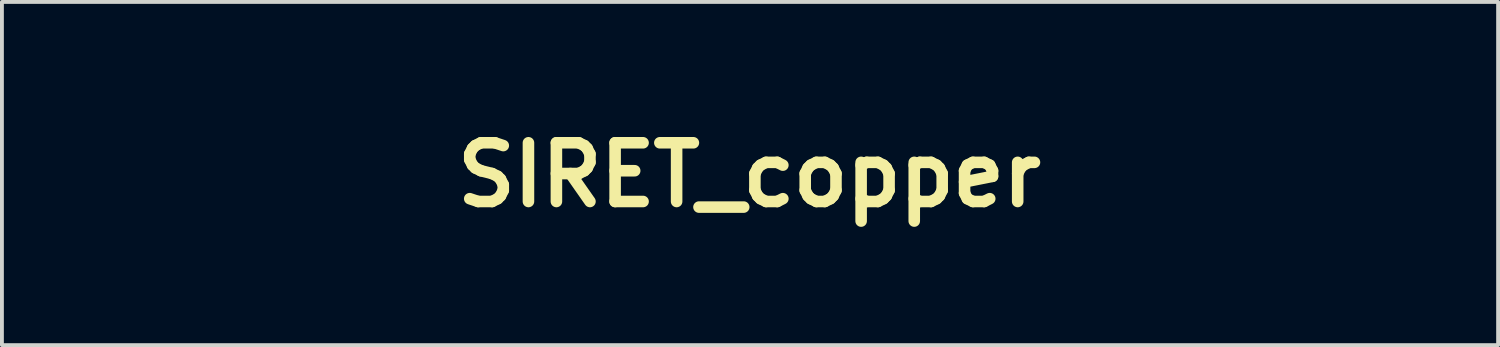
<source format=kicad_pcb>
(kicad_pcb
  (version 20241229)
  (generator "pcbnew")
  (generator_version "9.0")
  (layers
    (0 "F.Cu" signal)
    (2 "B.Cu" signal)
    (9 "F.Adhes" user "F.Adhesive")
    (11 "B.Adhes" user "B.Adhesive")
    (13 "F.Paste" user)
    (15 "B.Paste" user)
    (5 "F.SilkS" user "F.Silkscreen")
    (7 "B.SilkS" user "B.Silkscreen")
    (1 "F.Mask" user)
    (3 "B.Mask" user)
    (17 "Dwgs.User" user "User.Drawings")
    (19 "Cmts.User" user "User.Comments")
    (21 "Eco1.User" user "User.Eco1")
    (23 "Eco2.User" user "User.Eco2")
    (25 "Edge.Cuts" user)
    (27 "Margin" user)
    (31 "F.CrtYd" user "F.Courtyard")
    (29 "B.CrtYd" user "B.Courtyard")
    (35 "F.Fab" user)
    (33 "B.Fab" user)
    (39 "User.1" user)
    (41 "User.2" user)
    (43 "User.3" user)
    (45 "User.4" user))
  (footprint "SIRET_copper"
    (layer "F.Cu")
    (at 16.401 1.491)
    (property "Reference" "SIRET_copper" (at 0 0 0) (layer "F.SilkS") (effects (font (size 1.524 1.524) (thickness 0.3))))
    (attr through_hole)
    (fp_poly (pts (xy 14.147 -1.414) (xy 14.151 -1.408) (xy 14.155 -1.401) (xy 14.159 -1.392) (xy 14.162 -1.378) (xy 14.164 -1.359) (xy 14.166 -1.332) (xy 14.168 -1.296) (xy 14.17 -1.25) (xy 14.171 -1.192) (xy 14.172 -1.121) (xy 14.172 -1.034) (xy 14.173 -0.93) (xy 14.173 -0.808) (xy 14.173 -0.666) (xy 14.173 -0.503) (xy 14.173 -0.316) (xy 14.173 -0.222) (xy 14.173 -0.025) (xy 14.173 0.149) (xy 14.173 0.301) (xy 14.173 0.432) (xy 14.172 0.544) (xy 14.172 0.638) (xy 14.171 0.717) (xy 14.17 0.781) (xy 14.169 0.832) (xy 14.167 0.872) (xy 14.165 0.903) (xy 14.163 0.925) (xy 14.16 0.942) (xy 14.157 0.953) (xy 14.153 0.961) (xy 14.149 0.967) (xy 14.147 0.97) (xy 14.121 1.003) (xy 13.92 1.003) (xy 13.844 1.003) (xy 13.788 1.002) (xy 13.75 0.999) (xy 13.725 0.995) (xy 13.71 0.989) (xy 13.699 0.98) (xy 13.699 0.98) (xy 13.695 0.974) (xy 13.691 0.964) (xy 13.688 0.949) (xy 13.686 0.926) (xy 13.684 0.894) (xy 13.682 0.852) (xy 13.68 0.797) (xy 13.679 0.728) (xy 13.679 0.643) (xy 13.678 0.539) (xy 13.678 0.417) (xy 13.678 0.273) (xy 13.678 0.106) (xy 13.678 0.047) (xy 13.677 -0.103) (xy 13.677 -0.245) (xy 13.676 -0.377) (xy 13.676 -0.498) (xy 13.675 -0.606) (xy 13.674 -0.697) (xy 13.672 -0.771) (xy 13.671 -0.826) (xy 13.669 -0.858) (xy 13.668 -0.868) (xy 13.656 -0.862) (xy 13.627 -0.842) (xy 13.583 -0.811) (xy 13.527 -0.77) (xy 13.463 -0.721) (xy 13.405 -0.677) (xy 13.334 -0.622) (xy 13.269 -0.573) (xy 13.212 -0.531) (xy 13.166 -0.498) (xy 13.136 -0.477) (xy 13.124 -0.47) (xy 13.097 -0.463) (xy 13.07 -0.469) (xy 13.042 -0.488) (xy 13.007 -0.523) (xy 12.963 -0.578) (xy 12.954 -0.59) (xy 12.908 -0.653) (xy 12.879 -0.702) (xy 12.866 -0.74) (xy 12.868 -0.771) (xy 12.884 -0.798) (xy 12.9 -0.815) (xy 12.919 -0.831) (xy 12.956 -0.86) (xy 13.006 -0.9) (xy 13.067 -0.948) (xy 13.137 -1.003) (xy 13.213 -1.062) (xy 13.291 -1.123) (xy 13.37 -1.184) (xy 13.447 -1.243) (xy 13.519 -1.297) (xy 13.582 -1.346) (xy 13.635 -1.386) (xy 13.674 -1.415) (xy 13.698 -1.432) (xy 13.702 -1.434) (xy 13.724 -1.439) (xy 13.767 -1.443) (xy 13.826 -1.446) (xy 13.897 -1.448) (xy 13.924 -1.448) (xy 14.121 -1.448) (xy 14.147 -1.414)) (stroke (width 0.01) (type solid)) (fill yes) (layer "F.Mask"))
    (fp_poly (pts (xy -5.574 -1.474) (xy -5.472 -1.466) (xy -5.381 -1.45) (xy -5.296 -1.425) (xy -5.212 -1.39) (xy -5.201 -1.385) (xy -5.07 -1.311) (xy -4.96 -1.222) (xy -4.87 -1.118) (xy -4.801 -1.001) (xy -4.753 -0.872) (xy -4.729 -0.732) (xy -4.725 -0.648) (xy -4.733 -0.535) (xy -4.757 -0.422) (xy -4.799 -0.306) (xy -4.86 -0.183) (xy -4.94 -0.051) (xy -4.994 0.027) (xy -5.102 0.179) (xy -5.204 0.321) (xy -5.298 0.453) (xy -5.384 0.572) (xy -5.461 0.678) (xy -5.527 0.769) (xy -5.582 0.844) (xy -5.626 0.902) (xy -5.656 0.941) (xy -5.672 0.961) (xy -5.712 1.003) (xy -5.922 1.003) (xy -6.003 1.003) (xy -6.061 1.002) (xy -6.102 0.999) (xy -6.129 0.995) (xy -6.146 0.989) (xy -6.152 0.983) (xy -6.164 0.969) (xy -6.17 0.954) (xy -6.171 0.935) (xy -6.163 0.91) (xy -6.147 0.877) (xy -6.122 0.834) (xy -6.085 0.779) (xy -6.036 0.709) (xy -5.974 0.622) (xy -5.923 0.552) (xy -5.863 0.47) (xy -5.808 0.394) (xy -5.759 0.327) (xy -5.718 0.271) (xy -5.688 0.229) (xy -5.669 0.204) (xy -5.664 0.197) (xy -5.671 0.191) (xy -5.702 0.186) (xy -5.758 0.183) (xy -5.795 0.183) (xy -5.869 0.181) (xy -5.926 0.176) (xy -5.977 0.166) (xy -6.031 0.151) (xy -6.039 0.148) (xy -6.176 0.091) (xy -6.297 0.016) (xy -6.402 -0.075) (xy -6.488 -0.181) (xy -6.555 -0.299) (xy -6.601 -0.427) (xy -6.624 -0.564) (xy -6.625 -0.638) (xy -6.119 -0.638) (xy -6.119 -0.61) (xy -6.115 -0.546) (xy -6.108 -0.499) (xy -6.097 -0.46) (xy -6.08 -0.425) (xy -6.024 -0.343) (xy -5.948 -0.275) (xy -5.859 -0.224) (xy -5.823 -0.211) (xy -5.747 -0.196) (xy -5.661 -0.194) (xy -5.574 -0.204) (xy -5.497 -0.226) (xy -5.483 -0.232) (xy -5.393 -0.286) (xy -5.32 -0.357) (xy -5.274 -0.43) (xy -5.258 -0.465) (xy -5.248 -0.497) (xy -5.242 -0.532) (xy -5.24 -0.578) (xy -5.239 -0.635) (xy -5.24 -0.7) (xy -5.244 -0.746) (xy -5.251 -0.782) (xy -5.262 -0.814) (xy -5.269 -0.829) (xy -5.323 -0.913) (xy -5.393 -0.98) (xy -5.475 -1.029) (xy -5.566 -1.061) (xy -5.661 -1.074) (xy -5.757 -1.067) (xy -5.851 -1.042) (xy -5.939 -0.996) (xy -6.009 -0.937) (xy -6.061 -0.874) (xy -6.096 -0.807) (xy -6.115 -0.73) (xy -6.119 -0.638) (xy -6.625 -0.638) (xy -6.625 -0.68) (xy -6.605 -0.824) (xy -6.563 -0.958) (xy -6.498 -1.081) (xy -6.414 -1.19) (xy -6.311 -1.285) (xy -6.191 -1.364) (xy -6.054 -1.425) (xy -6.001 -1.442) (xy -5.952 -1.456) (xy -5.908 -1.465) (xy -5.863 -1.471) (xy -5.81 -1.475) (xy -5.743 -1.476) (xy -5.696 -1.477) (xy -5.574 -1.474)) (stroke (width 0.01) (type solid)) (fill yes) (layer "F.Mask"))
    (fp_poly (pts (xy 15.559 -1.48) (xy 15.705 -1.462) (xy 15.844 -1.427) (xy 15.974 -1.376) (xy 16.091 -1.311) (xy 16.192 -1.231) (xy 16.267 -1.147) (xy 16.344 -1.024) (xy 16.398 -0.893) (xy 16.428 -0.756) (xy 16.433 -0.616) (xy 16.415 -0.474) (xy 16.372 -0.333) (xy 16.347 -0.275) (xy 16.329 -0.237) (xy 16.309 -0.199) (xy 16.286 -0.158) (xy 16.258 -0.113) (xy 16.224 -0.061) (xy 16.181 0.001) (xy 16.13 0.075) (xy 16.066 0.164) (xy 15.99 0.27) (xy 15.967 0.303) (xy 15.869 0.439) (xy 15.784 0.556) (xy 15.712 0.656) (xy 15.652 0.739) (xy 15.602 0.807) (xy 15.562 0.861) (xy 15.53 0.904) (xy 15.505 0.937) (xy 15.486 0.96) (xy 15.473 0.976) (xy 15.463 0.985) (xy 15.456 0.99) (xy 15.456 0.991) (xy 15.435 0.995) (xy 15.395 0.999) (xy 15.338 1.001) (xy 15.271 1.003) (xy 15.229 1.003) (xy 15.15 1.003) (xy 15.092 1.001) (xy 15.053 0.999) (xy 15.027 0.994) (xy 15.011 0.988) (xy 15.006 0.983) (xy 14.994 0.969) (xy 14.988 0.954) (xy 14.988 0.935) (xy 14.995 0.91) (xy 15.011 0.877) (xy 15.037 0.834) (xy 15.073 0.779) (xy 15.122 0.709) (xy 15.184 0.622) (xy 15.235 0.552) (xy 15.295 0.47) (xy 15.351 0.394) (xy 15.4 0.326) (xy 15.441 0.27) (xy 15.472 0.228) (xy 15.491 0.201) (xy 15.497 0.194) (xy 15.497 0.187) (xy 15.481 0.183) (xy 15.444 0.184) (xy 15.422 0.186) (xy 15.295 0.184) (xy 15.164 0.159) (xy 15.035 0.115) (xy 14.913 0.051) (xy 14.891 0.036) (xy 14.777 -0.054) (xy 14.684 -0.159) (xy 14.612 -0.277) (xy 14.563 -0.407) (xy 14.536 -0.548) (xy 14.533 -0.585) (xy 14.534 -0.638) (xy 15.039 -0.638) (xy 15.04 -0.61) (xy 15.044 -0.546) (xy 15.05 -0.499) (xy 15.062 -0.461) (xy 15.078 -0.425) (xy 15.122 -0.359) (xy 15.182 -0.296) (xy 15.241 -0.251) (xy 15.317 -0.217) (xy 15.406 -0.198) (xy 15.5 -0.194) (xy 15.593 -0.205) (xy 15.675 -0.232) (xy 15.766 -0.286) (xy 15.838 -0.357) (xy 15.884 -0.43) (xy 15.9 -0.465) (xy 15.911 -0.497) (xy 15.916 -0.533) (xy 15.919 -0.58) (xy 15.919 -0.635) (xy 15.918 -0.699) (xy 15.915 -0.745) (xy 15.909 -0.78) (xy 15.897 -0.811) (xy 15.889 -0.829) (xy 15.834 -0.913) (xy 15.764 -0.98) (xy 15.681 -1.03) (xy 15.591 -1.061) (xy 15.495 -1.074) (xy 15.398 -1.068) (xy 15.304 -1.041) (xy 15.217 -0.994) (xy 15.149 -0.937) (xy 15.097 -0.874) (xy 15.062 -0.807) (xy 15.044 -0.73) (xy 15.039 -0.638) (xy 14.534 -0.638) (xy 14.536 -0.728) (xy 14.563 -0.864) (xy 14.612 -0.993) (xy 14.681 -1.111) (xy 14.769 -1.217) (xy 14.874 -1.307) (xy 14.994 -1.38) (xy 15.117 -1.429) (xy 15.262 -1.465) (xy 15.411 -1.481) (xy 15.559 -1.48)) (stroke (width 0.01) (type solid)) (fill yes) (layer "F.Mask"))
    (fp_poly (pts (xy -3.396 -1.474) (xy -3.292 -1.465) (xy -3.199 -1.447) (xy -3.112 -1.42) (xy -3.026 -1.384) (xy -2.898 -1.312) (xy -2.79 -1.225) (xy -2.701 -1.122) (xy -2.63 -1.003) (xy -2.627 -0.996) (xy -2.584 -0.879) (xy -2.56 -0.751) (xy -2.554 -0.618) (xy -2.567 -0.488) (xy -2.571 -0.467) (xy -2.596 -0.383) (xy -2.634 -0.287) (xy -2.684 -0.187) (xy -2.742 -0.09) (xy -2.755 -0.071) (xy -2.787 -0.025) (xy -2.829 0.035) (xy -2.88 0.107) (xy -2.937 0.189) (xy -3 0.277) (xy -3.066 0.368) (xy -3.133 0.462) (xy -3.2 0.554) (xy -3.264 0.643) (xy -3.325 0.726) (xy -3.379 0.8) (xy -3.425 0.863) (xy -3.462 0.912) (xy -3.487 0.944) (xy -3.496 0.956) (xy -3.539 1.003) (xy -3.75 1.003) (xy -3.831 1.003) (xy -3.89 1.002) (xy -3.931 0.999) (xy -3.957 0.995) (xy -3.974 0.989) (xy -3.981 0.983) (xy -3.992 0.969) (xy -3.999 0.954) (xy -3.999 0.935) (xy -3.992 0.91) (xy -3.976 0.877) (xy -3.95 0.834) (xy -3.913 0.779) (xy -3.864 0.709) (xy -3.802 0.622) (xy -3.751 0.552) (xy -3.691 0.47) (xy -3.636 0.394) (xy -3.587 0.326) (xy -3.546 0.27) (xy -3.515 0.228) (xy -3.495 0.201) (xy -3.49 0.194) (xy -3.489 0.187) (xy -3.506 0.183) (xy -3.542 0.184) (xy -3.565 0.186) (xy -3.692 0.184) (xy -3.823 0.159) (xy -3.952 0.115) (xy -4.074 0.051) (xy -4.096 0.036) (xy -4.206 -0.051) (xy -4.296 -0.151) (xy -4.365 -0.262) (xy -4.415 -0.38) (xy -4.445 -0.503) (xy -4.456 -0.629) (xy -4.456 -0.63) (xy -3.943 -0.63) (xy -3.943 -0.629) (xy -3.943 -0.565) (xy -3.94 -0.52) (xy -3.935 -0.486) (xy -3.925 -0.458) (xy -3.911 -0.428) (xy -3.91 -0.425) (xy -3.864 -0.358) (xy -3.804 -0.295) (xy -3.745 -0.251) (xy -3.67 -0.217) (xy -3.581 -0.198) (xy -3.486 -0.194) (xy -3.394 -0.205) (xy -3.311 -0.232) (xy -3.221 -0.286) (xy -3.149 -0.357) (xy -3.102 -0.43) (xy -3.086 -0.465) (xy -3.076 -0.497) (xy -3.07 -0.533) (xy -3.068 -0.58) (xy -3.067 -0.635) (xy -3.068 -0.699) (xy -3.071 -0.745) (xy -3.078 -0.78) (xy -3.089 -0.811) (xy -3.097 -0.829) (xy -3.152 -0.913) (xy -3.222 -0.98) (xy -3.305 -1.029) (xy -3.396 -1.061) (xy -3.492 -1.074) (xy -3.588 -1.068) (xy -3.682 -1.042) (xy -3.77 -0.995) (xy -3.833 -0.943) (xy -3.879 -0.892) (xy -3.91 -0.841) (xy -3.93 -0.785) (xy -3.94 -0.717) (xy -3.943 -0.63) (xy -4.456 -0.63) (xy -4.448 -0.755) (xy -4.42 -0.878) (xy -4.373 -0.997) (xy -4.308 -1.109) (xy -4.224 -1.211) (xy -4.121 -1.3) (xy -4.001 -1.375) (xy -3.995 -1.377) (xy -3.907 -1.417) (xy -3.819 -1.446) (xy -3.726 -1.464) (xy -3.621 -1.474) (xy -3.518 -1.477) (xy -3.396 -1.474)) (stroke (width 0.01) (type solid)) (fill yes) (layer "F.Mask"))
    (fp_poly (pts (xy 11.743 -1.475) (xy 11.838 -1.468) (xy 11.918 -1.456) (xy 11.943 -1.45) (xy 12.083 -1.401) (xy 12.204 -1.337) (xy 12.308 -1.255) (xy 12.396 -1.154) (xy 12.47 -1.033) (xy 12.478 -1.017) (xy 12.512 -0.94) (xy 12.54 -0.857) (xy 12.562 -0.766) (xy 12.578 -0.665) (xy 12.589 -0.549) (xy 12.595 -0.417) (xy 12.597 -0.265) (xy 12.594 -0.095) (xy 12.59 0.037) (xy 12.584 0.147) (xy 12.575 0.24) (xy 12.563 0.32) (xy 12.547 0.39) (xy 12.527 0.455) (xy 12.501 0.519) (xy 12.492 0.539) (xy 12.419 0.673) (xy 12.332 0.785) (xy 12.231 0.876) (xy 12.117 0.946) (xy 11.988 0.996) (xy 11.931 1.01) (xy 11.877 1.018) (xy 11.806 1.026) (xy 11.725 1.032) (xy 11.643 1.035) (xy 11.567 1.037) (xy 11.505 1.035) (xy 11.487 1.034) (xy 11.406 1.021) (xy 11.317 0.999) (xy 11.233 0.973) (xy 11.182 0.953) (xy 11.067 0.887) (xy 10.966 0.801) (xy 10.878 0.695) (xy 10.806 0.573) (xy 10.75 0.434) (xy 10.712 0.282) (xy 10.7 0.204) (xy 10.696 0.156) (xy 10.694 0.088) (xy 10.692 0.004) (xy 10.691 -0.091) (xy 10.691 -0.191) (xy 11.2 -0.191) (xy 11.201 -0.086) (xy 11.203 0.013) (xy 11.207 0.102) (xy 11.211 0.176) (xy 11.218 0.23) (xy 11.22 0.246) (xy 11.253 0.359) (xy 11.298 0.453) (xy 11.356 0.526) (xy 11.425 0.577) (xy 11.438 0.583) (xy 11.517 0.61) (xy 11.607 0.623) (xy 11.7 0.622) (xy 11.786 0.607) (xy 11.825 0.594) (xy 11.882 0.561) (xy 11.938 0.513) (xy 11.983 0.46) (xy 11.989 0.451) (xy 12.021 0.387) (xy 12.048 0.307) (xy 12.068 0.222) (xy 12.075 0.179) (xy 12.078 0.13) (xy 12.081 0.063) (xy 12.083 -0.018) (xy 12.084 -0.109) (xy 12.084 -0.207) (xy 12.083 -0.306) (xy 12.081 -0.402) (xy 12.079 -0.492) (xy 12.076 -0.571) (xy 12.072 -0.635) (xy 12.068 -0.679) (xy 12.066 -0.692) (xy 12.032 -0.804) (xy 11.983 -0.899) (xy 11.92 -0.975) (xy 11.846 -1.03) (xy 11.82 -1.043) (xy 11.779 -1.058) (xy 11.735 -1.068) (xy 11.682 -1.072) (xy 11.64 -1.073) (xy 11.58 -1.072) (xy 11.537 -1.068) (xy 11.502 -1.059) (xy 11.464 -1.043) (xy 11.453 -1.038) (xy 11.374 -0.987) (xy 11.311 -0.918) (xy 11.262 -0.83) (xy 11.227 -0.722) (xy 11.221 -0.695) (xy 11.215 -0.648) (xy 11.209 -0.58) (xy 11.205 -0.496) (xy 11.202 -0.4) (xy 11.201 -0.297) (xy 11.2 -0.191) (xy 10.691 -0.191) (xy 10.691 -0.193) (xy 10.692 -0.298) (xy 10.694 -0.401) (xy 10.697 -0.498) (xy 10.701 -0.584) (xy 10.705 -0.656) (xy 10.71 -0.709) (xy 10.712 -0.726) (xy 10.75 -0.88) (xy 10.807 -1.019) (xy 10.881 -1.142) (xy 10.973 -1.248) (xy 11.08 -1.335) (xy 11.202 -1.403) (xy 11.338 -1.449) (xy 11.367 -1.456) (xy 11.445 -1.469) (xy 11.539 -1.476) (xy 11.641 -1.478) (xy 11.743 -1.475)) (stroke (width 0.01) (type solid)) (fill yes) (layer "F.Mask"))
    (fp_poly (pts (xy -7.365 -1.447) (xy -7.322 -1.445) (xy -7.293 -1.442) (xy -7.273 -1.437) (xy -7.26 -1.43) (xy -7.252 -1.422) (xy -7.246 -1.416) (xy -7.242 -1.409) (xy -7.238 -1.397) (xy -7.235 -1.38) (xy -7.232 -1.355) (xy -7.23 -1.32) (xy -7.229 -1.273) (xy -7.228 -1.213) (xy -7.227 -1.136) (xy -7.227 -1.042) (xy -7.226 -0.928) (xy -7.226 -0.792) (xy -7.226 -0.673) (xy -7.226 0.051) (xy -7.058 0.051) (xy -6.977 0.051) (xy -6.919 0.053) (xy -6.878 0.062) (xy -6.853 0.079) (xy -6.839 0.108) (xy -6.834 0.152) (xy -6.833 0.215) (xy -6.833 0.259) (xy -6.833 0.335) (xy -6.835 0.39) (xy -6.844 0.428) (xy -6.862 0.451) (xy -6.893 0.464) (xy -6.94 0.469) (xy -7.008 0.47) (xy -7.053 0.47) (xy -7.226 0.47) (xy -7.226 0.711) (xy -7.226 0.805) (xy -7.227 0.876) (xy -7.232 0.928) (xy -7.243 0.963) (xy -7.263 0.986) (xy -7.294 0.998) (xy -7.338 1.003) (xy -7.399 1.004) (xy -7.468 1.003) (xy -7.542 1.003) (xy -7.595 1.002) (xy -7.631 0.999) (xy -7.655 0.995) (xy -7.671 0.988) (xy -7.683 0.978) (xy -7.684 0.978) (xy -7.692 0.967) (xy -7.699 0.954) (xy -7.703 0.933) (xy -7.706 0.902) (xy -7.708 0.857) (xy -7.709 0.793) (xy -7.709 0.711) (xy -7.709 0.47) (xy -8.28 0.47) (xy -8.416 0.47) (xy -8.528 0.47) (xy -8.62 0.469) (xy -8.693 0.469) (xy -8.749 0.467) (xy -8.792 0.466) (xy -8.823 0.463) (xy -8.844 0.46) (xy -8.859 0.457) (xy -8.869 0.452) (xy -8.876 0.446) (xy -8.877 0.445) (xy -8.888 0.431) (xy -8.895 0.414) (xy -8.9 0.387) (xy -8.902 0.346) (xy -8.903 0.287) (xy -8.903 0.263) (xy -8.902 0.197) (xy -8.901 0.15) (xy -8.897 0.117) (xy -8.89 0.093) (xy -8.879 0.07) (xy -8.867 0.05) (xy -8.865 0.048) (xy -8.387 0.048) (xy -8.385 0.052) (xy -8.371 0.056) (xy -8.342 0.059) (xy -8.297 0.061) (xy -8.234 0.063) (xy -8.149 0.063) (xy -8.046 0.064) (xy -7.696 0.064) (xy -7.696 -0.93) (xy -7.933 -0.595) (xy -7.997 -0.505) (xy -8.061 -0.415) (xy -8.123 -0.327) (xy -8.179 -0.247) (xy -8.228 -0.179) (xy -8.266 -0.126) (xy -8.274 -0.114) (xy -8.312 -0.06) (xy -8.345 -0.013) (xy -8.37 0.023) (xy -8.385 0.045) (xy -8.387 0.048) (xy -8.865 0.048) (xy -8.853 0.03) (xy -8.826 -0.008) (xy -8.787 -0.063) (xy -8.736 -0.134) (xy -8.676 -0.217) (xy -8.608 -0.312) (xy -8.533 -0.417) (xy -8.452 -0.529) (xy -8.367 -0.646) (xy -8.32 -0.711) (xy -8.206 -0.868) (xy -8.107 -1.005) (xy -8.021 -1.121) (xy -7.948 -1.219) (xy -7.889 -1.297) (xy -7.842 -1.357) (xy -7.807 -1.399) (xy -7.785 -1.424) (xy -7.775 -1.431) (xy -7.746 -1.438) (xy -7.692 -1.443) (xy -7.614 -1.446) (xy -7.514 -1.447) (xy -7.509 -1.447) (xy -7.426 -1.447) (xy -7.365 -1.447)) (stroke (width 0.01) (type solid)) (fill yes) (layer "F.Mask"))
    (fp_poly (pts (xy 7.12 -1.475) (xy 7.215 -1.468) (xy 7.295 -1.456) (xy 7.32 -1.45) (xy 7.458 -1.403) (xy 7.576 -1.341) (xy 7.677 -1.262) (xy 7.764 -1.164) (xy 7.84 -1.044) (xy 7.856 -1.013) (xy 7.887 -0.947) (xy 7.912 -0.88) (xy 7.932 -0.808) (xy 7.948 -0.729) (xy 7.959 -0.639) (xy 7.966 -0.535) (xy 7.971 -0.413) (xy 7.973 -0.27) (xy 7.973 -0.216) (xy 7.972 -0.072) (xy 7.968 0.05) (xy 7.963 0.153) (xy 7.954 0.242) (xy 7.941 0.319) (xy 7.925 0.389) (xy 7.904 0.454) (xy 7.878 0.519) (xy 7.867 0.544) (xy 7.794 0.677) (xy 7.706 0.789) (xy 7.604 0.879) (xy 7.488 0.949) (xy 7.357 0.998) (xy 7.308 1.01) (xy 7.257 1.018) (xy 7.189 1.026) (xy 7.111 1.031) (xy 7.032 1.035) (xy 6.958 1.037) (xy 6.898 1.036) (xy 6.871 1.034) (xy 6.737 1.01) (xy 6.612 0.972) (xy 6.5 0.922) (xy 6.408 0.863) (xy 6.398 0.855) (xy 6.306 0.764) (xy 6.227 0.653) (xy 6.162 0.524) (xy 6.113 0.381) (xy 6.082 0.235) (xy 6.077 0.19) (xy 6.074 0.123) (xy 6.072 0.041) (xy 6.07 -0.054) (xy 6.07 -0.157) (xy 6.07 -0.188) (xy 6.577 -0.188) (xy 6.578 -0.083) (xy 6.581 0.017) (xy 6.584 0.105) (xy 6.589 0.179) (xy 6.595 0.234) (xy 6.598 0.248) (xy 6.63 0.358) (xy 6.676 0.451) (xy 6.735 0.525) (xy 6.805 0.579) (xy 6.842 0.596) (xy 6.914 0.616) (xy 6.999 0.624) (xy 7.086 0.62) (xy 7.166 0.606) (xy 7.202 0.594) (xy 7.259 0.561) (xy 7.315 0.513) (xy 7.36 0.46) (xy 7.366 0.451) (xy 7.398 0.387) (xy 7.425 0.307) (xy 7.446 0.222) (xy 7.452 0.179) (xy 7.456 0.13) (xy 7.458 0.063) (xy 7.46 -0.019) (xy 7.461 -0.11) (xy 7.461 -0.208) (xy 7.46 -0.307) (xy 7.459 -0.403) (xy 7.457 -0.493) (xy 7.453 -0.572) (xy 7.45 -0.635) (xy 7.445 -0.68) (xy 7.443 -0.692) (xy 7.409 -0.804) (xy 7.36 -0.899) (xy 7.297 -0.975) (xy 7.222 -1.03) (xy 7.197 -1.043) (xy 7.156 -1.058) (xy 7.113 -1.068) (xy 7.059 -1.072) (xy 7.017 -1.073) (xy 6.957 -1.072) (xy 6.915 -1.068) (xy 6.879 -1.059) (xy 6.841 -1.043) (xy 6.83 -1.038) (xy 6.751 -0.987) (xy 6.688 -0.918) (xy 6.64 -0.83) (xy 6.605 -0.722) (xy 6.599 -0.695) (xy 6.592 -0.648) (xy 6.586 -0.579) (xy 6.582 -0.495) (xy 6.579 -0.398) (xy 6.578 -0.295) (xy 6.577 -0.188) (xy 6.07 -0.188) (xy 6.07 -0.263) (xy 6.072 -0.369) (xy 6.074 -0.469) (xy 6.077 -0.561) (xy 6.081 -0.638) (xy 6.086 -0.698) (xy 6.089 -0.727) (xy 6.127 -0.881) (xy 6.184 -1.02) (xy 6.259 -1.143) (xy 6.35 -1.248) (xy 6.458 -1.335) (xy 6.58 -1.403) (xy 6.716 -1.45) (xy 6.744 -1.456) (xy 6.822 -1.469) (xy 6.916 -1.476) (xy 7.018 -1.478) (xy 7.12 -1.475)) (stroke (width 0.01) (type solid)) (fill yes) (layer "F.Mask"))
    (fp_poly (pts (xy 9.481 -1.471) (xy 9.603 -1.456) (xy 9.71 -1.428) (xy 9.807 -1.387) (xy 9.899 -1.332) (xy 9.938 -1.304) (xy 10.033 -1.216) (xy 10.115 -1.108) (xy 10.182 -0.982) (xy 10.233 -0.842) (xy 10.266 -0.69) (xy 10.274 -0.634) (xy 10.276 -0.593) (xy 10.279 -0.531) (xy 10.281 -0.453) (xy 10.281 -0.362) (xy 10.282 -0.265) (xy 10.281 -0.164) (xy 10.281 -0.159) (xy 10.278 -0.023) (xy 10.275 0.091) (xy 10.269 0.187) (xy 10.261 0.268) (xy 10.25 0.337) (xy 10.235 0.399) (xy 10.216 0.457) (xy 10.193 0.513) (xy 10.179 0.543) (xy 10.108 0.673) (xy 10.026 0.781) (xy 9.932 0.869) (xy 9.825 0.937) (xy 9.702 0.986) (xy 9.563 1.018) (xy 9.405 1.033) (xy 9.386 1.034) (xy 9.321 1.036) (xy 9.26 1.036) (xy 9.212 1.035) (xy 9.182 1.034) (xy 9.026 1.005) (xy 8.888 0.958) (xy 8.767 0.893) (xy 8.663 0.81) (xy 8.574 0.708) (xy 8.5 0.586) (xy 8.49 0.565) (xy 8.466 0.512) (xy 8.446 0.464) (xy 8.429 0.417) (xy 8.417 0.369) (xy 8.407 0.316) (xy 8.399 0.255) (xy 8.394 0.182) (xy 8.39 0.094) (xy 8.388 -0.011) (xy 8.386 -0.139) (xy 8.385 -0.166) (xy 8.385 -0.188) (xy 8.889 -0.188) (xy 8.89 -0.083) (xy 8.892 0.017) (xy 8.896 0.105) (xy 8.9 0.179) (xy 8.907 0.234) (xy 8.909 0.248) (xy 8.942 0.359) (xy 8.988 0.453) (xy 9.047 0.526) (xy 9.117 0.579) (xy 9.166 0.601) (xy 9.224 0.613) (xy 9.294 0.62) (xy 9.369 0.62) (xy 9.437 0.615) (xy 9.488 0.603) (xy 9.57 0.561) (xy 9.64 0.497) (xy 9.695 0.414) (xy 9.736 0.313) (xy 9.762 0.194) (xy 9.763 0.184) (xy 9.767 0.139) (xy 9.77 0.074) (xy 9.772 -0.005) (xy 9.773 -0.095) (xy 9.773 -0.192) (xy 9.772 -0.291) (xy 9.771 -0.388) (xy 9.768 -0.479) (xy 9.765 -0.559) (xy 9.762 -0.626) (xy 9.758 -0.673) (xy 9.755 -0.692) (xy 9.72 -0.805) (xy 9.671 -0.899) (xy 9.608 -0.975) (xy 9.533 -1.03) (xy 9.509 -1.043) (xy 9.467 -1.058) (xy 9.424 -1.068) (xy 9.37 -1.072) (xy 9.328 -1.073) (xy 9.269 -1.072) (xy 9.226 -1.068) (xy 9.19 -1.059) (xy 9.153 -1.043) (xy 9.142 -1.038) (xy 9.063 -0.987) (xy 9 -0.918) (xy 8.951 -0.83) (xy 8.916 -0.722) (xy 8.91 -0.695) (xy 8.903 -0.648) (xy 8.898 -0.579) (xy 8.894 -0.495) (xy 8.891 -0.398) (xy 8.889 -0.295) (xy 8.889 -0.188) (xy 8.385 -0.188) (xy 8.384 -0.291) (xy 8.383 -0.394) (xy 8.384 -0.479) (xy 8.385 -0.547) (xy 8.387 -0.603) (xy 8.39 -0.649) (xy 8.395 -0.689) (xy 8.4 -0.72) (xy 8.437 -0.874) (xy 8.492 -1.013) (xy 8.564 -1.136) (xy 8.653 -1.241) (xy 8.756 -1.328) (xy 8.855 -1.385) (xy 8.935 -1.42) (xy 9.013 -1.446) (xy 9.094 -1.463) (xy 9.185 -1.473) (xy 9.292 -1.477) (xy 9.341 -1.477) (xy 9.481 -1.471)) (stroke (width 0.01) (type solid)) (fill yes) (layer "F.Mask"))
    (fp_poly (pts (xy -0.367 -1.476) (xy -0.301 -1.473) (xy -0.248 -1.468) (xy -0.2 -1.459) (xy -0.16 -1.449) (xy -0.024 -1.403) (xy 0.093 -1.342) (xy 0.194 -1.264) (xy 0.282 -1.167) (xy 0.358 -1.048) (xy 0.377 -1.013) (xy 0.411 -0.939) (xy 0.438 -0.857) (xy 0.459 -0.765) (xy 0.475 -0.661) (xy 0.486 -0.541) (xy 0.492 -0.403) (xy 0.493 -0.245) (xy 0.491 -0.102) (xy 0.488 0.024) (xy 0.483 0.128) (xy 0.476 0.215) (xy 0.466 0.289) (xy 0.453 0.355) (xy 0.437 0.415) (xy 0.416 0.476) (xy 0.403 0.508) (xy 0.364 0.591) (xy 0.313 0.675) (xy 0.258 0.754) (xy 0.202 0.819) (xy 0.18 0.84) (xy 0.119 0.884) (xy 0.042 0.929) (xy -0.043 0.968) (xy -0.126 0.998) (xy -0.171 1.01) (xy -0.219 1.018) (xy -0.284 1.025) (xy -0.358 1.031) (xy -0.434 1.035) (xy -0.507 1.037) (xy -0.569 1.037) (xy -0.613 1.034) (xy -0.616 1.034) (xy -0.766 1.004) (xy -0.895 0.962) (xy -1.006 0.906) (xy -1.103 0.836) (xy -1.186 0.748) (xy -1.197 0.734) (xy -1.27 0.626) (xy -1.327 0.505) (xy -1.37 0.369) (xy -1.397 0.235) (xy -1.401 0.195) (xy -1.405 0.133) (xy -1.407 0.055) (xy -1.409 -0.036) (xy -1.41 -0.136) (xy -1.41 -0.188) (xy -0.903 -0.188) (xy -0.902 -0.083) (xy -0.9 0.017) (xy -0.896 0.105) (xy -0.891 0.179) (xy -0.885 0.234) (xy -0.883 0.248) (xy -0.85 0.359) (xy -0.804 0.453) (xy -0.745 0.526) (xy -0.675 0.579) (xy -0.625 0.601) (xy -0.568 0.613) (xy -0.497 0.62) (xy -0.423 0.62) (xy -0.355 0.615) (xy -0.304 0.603) (xy -0.221 0.561) (xy -0.152 0.497) (xy -0.096 0.414) (xy -0.055 0.313) (xy -0.03 0.193) (xy -0.029 0.184) (xy -0.025 0.139) (xy -0.022 0.075) (xy -0.02 -0.004) (xy -0.019 -0.094) (xy -0.019 -0.191) (xy -0.02 -0.289) (xy -0.021 -0.386) (xy -0.023 -0.478) (xy -0.026 -0.558) (xy -0.03 -0.625) (xy -0.034 -0.673) (xy -0.037 -0.692) (xy -0.071 -0.804) (xy -0.12 -0.899) (xy -0.183 -0.975) (xy -0.258 -1.03) (xy -0.283 -1.043) (xy -0.325 -1.058) (xy -0.368 -1.068) (xy -0.421 -1.072) (xy -0.464 -1.073) (xy -0.523 -1.072) (xy -0.566 -1.068) (xy -0.601 -1.059) (xy -0.639 -1.043) (xy -0.65 -1.038) (xy -0.729 -0.987) (xy -0.792 -0.918) (xy -0.841 -0.83) (xy -0.876 -0.722) (xy -0.882 -0.695) (xy -0.888 -0.648) (xy -0.894 -0.579) (xy -0.898 -0.495) (xy -0.901 -0.398) (xy -0.903 -0.295) (xy -0.903 -0.188) (xy -1.41 -0.188) (xy -1.41 -0.239) (xy -1.41 -0.343) (xy -1.408 -0.441) (xy -1.406 -0.532) (xy -1.404 -0.609) (xy -1.4 -0.669) (xy -1.397 -0.701) (xy -1.378 -0.794) (xy -1.348 -0.893) (xy -1.311 -0.99) (xy -1.271 -1.072) (xy -1.268 -1.076) (xy -1.204 -1.168) (xy -1.123 -1.254) (xy -1.032 -1.328) (xy -0.939 -1.384) (xy -0.938 -1.384) (xy -0.858 -1.419) (xy -0.78 -1.445) (xy -0.699 -1.462) (xy -0.607 -1.472) (xy -0.5 -1.477) (xy -0.451 -1.477) (xy -0.367 -1.476)) (stroke (width 0.01) (type solid)) (fill yes) (layer "F.Mask"))
    (fp_poly (pts (xy -13.066 -1.482) (xy -12.954 -1.468) (xy -12.947 -1.467) (xy -12.819 -1.434) (xy -12.699 -1.383) (xy -12.592 -1.317) (xy -12.523 -1.259) (xy -12.445 -1.166) (xy -12.385 -1.057) (xy -12.345 -0.938) (xy -12.324 -0.812) (xy -12.324 -0.683) (xy -12.346 -0.554) (xy -12.356 -0.521) (xy -12.382 -0.45) (xy -12.414 -0.384) (xy -12.455 -0.319) (xy -12.509 -0.252) (xy -12.578 -0.177) (xy -12.641 -0.114) (xy -12.778 0.02) (xy -12.898 0.137) (xy -13.002 0.238) (xy -13.09 0.325) (xy -13.162 0.397) (xy -13.221 0.455) (xy -13.267 0.501) (xy -13.3 0.535) (xy -13.322 0.558) (xy -13.333 0.571) (xy -13.335 0.575) (xy -13.323 0.577) (xy -13.288 0.579) (xy -13.233 0.58) (xy -13.16 0.582) (xy -13.073 0.583) (xy -12.974 0.584) (xy -12.866 0.584) (xy -12.824 0.584) (xy -12.69 0.583) (xy -12.579 0.583) (xy -12.49 0.583) (xy -12.419 0.585) (xy -12.365 0.59) (xy -12.325 0.598) (xy -12.298 0.61) (xy -12.28 0.627) (xy -12.271 0.65) (xy -12.267 0.679) (xy -12.267 0.717) (xy -12.268 0.762) (xy -12.268 0.795) (xy -12.269 0.862) (xy -12.27 0.909) (xy -12.274 0.939) (xy -12.28 0.959) (xy -12.289 0.974) (xy -12.294 0.978) (xy -12.299 0.983) (xy -12.306 0.987) (xy -12.317 0.991) (xy -12.332 0.994) (xy -12.355 0.996) (xy -12.387 0.998) (xy -12.429 1) (xy -12.484 1.001) (xy -12.553 1.002) (xy -12.638 1.003) (xy -12.742 1.003) (xy -12.865 1.003) (xy -13.009 1.003) (xy -13.177 1.003) (xy -13.194 1.003) (xy -14.07 1.003) (xy -14.096 0.97) (xy -14.109 0.95) (xy -14.117 0.925) (xy -14.121 0.889) (xy -14.122 0.836) (xy -14.122 0.819) (xy -14.121 0.759) (xy -14.117 0.717) (xy -14.109 0.685) (xy -14.096 0.656) (xy -14.094 0.653) (xy -14.076 0.629) (xy -14.041 0.589) (xy -13.993 0.538) (xy -13.933 0.476) (xy -13.864 0.407) (xy -13.788 0.332) (xy -13.709 0.255) (xy -13.627 0.177) (xy -13.547 0.1) (xy -13.469 0.028) (xy -13.397 -0.038) (xy -13.333 -0.094) (xy -13.28 -0.14) (xy -13.274 -0.145) (xy -13.152 -0.248) (xy -13.052 -0.342) (xy -12.973 -0.428) (xy -12.913 -0.507) (xy -12.871 -0.581) (xy -12.846 -0.652) (xy -12.837 -0.721) (xy -12.837 -0.728) (xy -12.845 -0.825) (xy -12.872 -0.906) (xy -12.917 -0.972) (xy -12.935 -0.989) (xy -13.007 -1.039) (xy -13.093 -1.069) (xy -13.188 -1.077) (xy -13.291 -1.064) (xy -13.333 -1.053) (xy -13.402 -1.02) (xy -13.465 -0.965) (xy -13.518 -0.893) (xy -13.558 -0.807) (xy -13.577 -0.741) (xy -13.586 -0.702) (xy -13.598 -0.673) (xy -13.616 -0.653) (xy -13.643 -0.64) (xy -13.685 -0.633) (xy -13.743 -0.629) (xy -13.822 -0.629) (xy -13.84 -0.629) (xy -13.914 -0.629) (xy -13.968 -0.629) (xy -14.004 -0.631) (xy -14.028 -0.635) (xy -14.043 -0.642) (xy -14.053 -0.651) (xy -14.061 -0.661) (xy -14.073 -0.68) (xy -14.079 -0.7) (xy -14.079 -0.728) (xy -14.073 -0.773) (xy -14.071 -0.788) (xy -14.037 -0.93) (xy -13.981 -1.059) (xy -13.906 -1.174) (xy -13.81 -1.274) (xy -13.697 -1.357) (xy -13.567 -1.422) (xy -13.506 -1.443) (xy -13.413 -1.466) (xy -13.304 -1.48) (xy -13.185 -1.486) (xy -13.066 -1.482)) (stroke (width 0.01) (type solid)) (fill yes) (layer "F.Mask"))
    (fp_poly (pts (xy -15.296 -1.476) (xy -15.135 -1.455) (xy -14.992 -1.416) (xy -14.867 -1.358) (xy -14.759 -1.283) (xy -14.725 -1.251) (xy -14.648 -1.159) (xy -14.592 -1.056) (xy -14.557 -0.945) (xy -14.542 -0.831) (xy -14.548 -0.716) (xy -14.574 -0.604) (xy -14.621 -0.498) (xy -14.689 -0.402) (xy -14.721 -0.368) (xy -14.796 -0.295) (xy -14.742 -0.263) (xy -14.684 -0.221) (xy -14.625 -0.164) (xy -14.57 -0.099) (xy -14.527 -0.035) (xy -14.522 -0.024) (xy -14.486 0.059) (xy -14.464 0.141) (xy -14.454 0.234) (xy -14.453 0.286) (xy -14.46 0.406) (xy -14.482 0.51) (xy -14.522 0.604) (xy -14.582 0.693) (xy -14.656 0.775) (xy -14.747 0.856) (xy -14.847 0.918) (xy -14.961 0.967) (xy -15.037 0.99) (xy -15.127 1.01) (xy -15.228 1.025) (xy -15.333 1.035) (xy -15.434 1.04) (xy -15.524 1.038) (xy -15.57 1.033) (xy -15.598 1.029) (xy -15.642 1.023) (xy -15.693 1.015) (xy -15.697 1.015) (xy -15.789 0.995) (xy -15.888 0.964) (xy -15.983 0.925) (xy -16.065 0.882) (xy -16.081 0.872) (xy -16.175 0.797) (xy -16.257 0.706) (xy -16.322 0.606) (xy -16.367 0.501) (xy -16.382 0.447) (xy -16.396 0.326) (xy -16.394 0.286) (xy -15.894 0.286) (xy -15.893 0.343) (xy -15.89 0.384) (xy -15.881 0.415) (xy -15.867 0.445) (xy -15.859 0.459) (xy -15.805 0.528) (xy -15.732 0.588) (xy -15.686 0.615) (xy -15.605 0.645) (xy -15.51 0.663) (xy -15.409 0.667) (xy -15.309 0.658) (xy -15.221 0.636) (xy -15.132 0.595) (xy -15.056 0.539) (xy -14.998 0.473) (xy -14.993 0.464) (xy -14.963 0.396) (xy -14.949 0.316) (xy -14.949 0.234) (xy -14.966 0.159) (xy -14.967 0.156) (xy -15.008 0.083) (xy -15.069 0.02) (xy -15.147 -0.031) (xy -15.237 -0.069) (xy -15.336 -0.092) (xy -15.439 -0.098) (xy -15.521 -0.09) (xy -15.635 -0.063) (xy -15.729 -0.019) (xy -15.804 0.04) (xy -15.859 0.112) (xy -15.876 0.144) (xy -15.887 0.174) (xy -15.892 0.21) (xy -15.894 0.259) (xy -15.894 0.286) (xy -16.394 0.286) (xy -16.391 0.201) (xy -16.367 0.082) (xy -16.325 -0.027) (xy -16.325 -0.028) (xy -16.286 -0.089) (xy -16.234 -0.152) (xy -16.176 -0.211) (xy -16.118 -0.256) (xy -16.106 -0.263) (xy -16.052 -0.295) (xy -16.126 -0.362) (xy -16.203 -0.446) (xy -16.258 -0.54) (xy -16.293 -0.646) (xy -16.308 -0.766) (xy -16.308 -0.778) (xy -15.842 -0.778) (xy -15.829 -0.695) (xy -15.794 -0.621) (xy -15.738 -0.557) (xy -15.662 -0.506) (xy -15.61 -0.483) (xy -15.536 -0.466) (xy -15.451 -0.459) (xy -15.362 -0.462) (xy -15.279 -0.476) (xy -15.215 -0.497) (xy -15.168 -0.521) (xy -15.124 -0.549) (xy -15.103 -0.565) (xy -15.051 -0.624) (xy -15.018 -0.695) (xy -15.005 -0.772) (xy -15.013 -0.85) (xy -15.04 -0.924) (xy -15.088 -0.988) (xy -15.158 -1.043) (xy -15.238 -1.081) (xy -15.326 -1.104) (xy -15.417 -1.112) (xy -15.508 -1.106) (xy -15.595 -1.085) (xy -15.674 -1.051) (xy -15.742 -1.005) (xy -15.794 -0.946) (xy -15.828 -0.876) (xy -15.831 -0.866) (xy -15.842 -0.778) (xy -16.308 -0.778) (xy -16.309 -0.8) (xy -16.299 -0.927) (xy -16.269 -1.041) (xy -16.216 -1.143) (xy -16.157 -1.221) (xy -16.066 -1.305) (xy -15.959 -1.373) (xy -15.836 -1.424) (xy -15.696 -1.458) (xy -15.537 -1.477) (xy -15.475 -1.48) (xy -15.296 -1.476)) (stroke (width 0.01) (type solid)) (fill yes) (layer "F.Mask"))
    (fp_poly (pts (xy -10.826 -1.476) (xy -10.665 -1.455) (xy -10.522 -1.416) (xy -10.396 -1.358) (xy -10.289 -1.283) (xy -10.254 -1.251) (xy -10.178 -1.159) (xy -10.122 -1.056) (xy -10.086 -0.945) (xy -10.072 -0.831) (xy -10.077 -0.716) (xy -10.104 -0.604) (xy -10.151 -0.498) (xy -10.219 -0.402) (xy -10.251 -0.368) (xy -10.326 -0.295) (xy -10.271 -0.263) (xy -10.214 -0.221) (xy -10.154 -0.164) (xy -10.1 -0.099) (xy -10.057 -0.035) (xy -10.051 -0.024) (xy -10.015 0.059) (xy -9.994 0.141) (xy -9.984 0.234) (xy -9.982 0.286) (xy -9.989 0.406) (xy -10.011 0.51) (xy -10.051 0.604) (xy -10.111 0.693) (xy -10.185 0.775) (xy -10.277 0.856) (xy -10.377 0.918) (xy -10.491 0.967) (xy -10.566 0.99) (xy -10.656 1.01) (xy -10.758 1.025) (xy -10.863 1.035) (xy -10.964 1.04) (xy -11.053 1.038) (xy -11.1 1.033) (xy -11.128 1.029) (xy -11.172 1.023) (xy -11.223 1.015) (xy -11.227 1.015) (xy -11.319 0.995) (xy -11.417 0.964) (xy -11.513 0.925) (xy -11.594 0.882) (xy -11.61 0.872) (xy -11.705 0.797) (xy -11.786 0.706) (xy -11.852 0.606) (xy -11.897 0.501) (xy -11.911 0.447) (xy -11.926 0.326) (xy -11.924 0.286) (xy -11.424 0.286) (xy -11.423 0.343) (xy -11.419 0.384) (xy -11.411 0.415) (xy -11.397 0.445) (xy -11.389 0.459) (xy -11.335 0.528) (xy -11.262 0.588) (xy -11.216 0.615) (xy -11.135 0.645) (xy -11.04 0.663) (xy -10.939 0.667) (xy -10.839 0.658) (xy -10.751 0.636) (xy -10.662 0.595) (xy -10.585 0.539) (xy -10.528 0.473) (xy -10.522 0.464) (xy -10.493 0.396) (xy -10.478 0.316) (xy -10.479 0.234) (xy -10.496 0.159) (xy -10.497 0.156) (xy -10.538 0.083) (xy -10.599 0.02) (xy -10.676 -0.031) (xy -10.766 -0.069) (xy -10.865 -0.092) (xy -10.969 -0.098) (xy -11.051 -0.09) (xy -11.165 -0.063) (xy -11.258 -0.019) (xy -11.333 0.04) (xy -11.389 0.112) (xy -11.406 0.144) (xy -11.416 0.174) (xy -11.422 0.21) (xy -11.424 0.259) (xy -11.424 0.286) (xy -11.924 0.286) (xy -11.92 0.201) (xy -11.897 0.082) (xy -11.855 -0.027) (xy -11.854 -0.028) (xy -11.816 -0.089) (xy -11.764 -0.152) (xy -11.705 -0.211) (xy -11.648 -0.256) (xy -11.636 -0.263) (xy -11.581 -0.295) (xy -11.656 -0.362) (xy -11.733 -0.446) (xy -11.788 -0.54) (xy -11.823 -0.646) (xy -11.838 -0.766) (xy -11.838 -0.778) (xy -11.372 -0.778) (xy -11.359 -0.695) (xy -11.324 -0.621) (xy -11.268 -0.557) (xy -11.192 -0.506) (xy -11.139 -0.483) (xy -11.066 -0.466) (xy -10.98 -0.459) (xy -10.891 -0.462) (xy -10.808 -0.476) (xy -10.744 -0.497) (xy -10.697 -0.521) (xy -10.653 -0.549) (xy -10.633 -0.565) (xy -10.58 -0.624) (xy -10.548 -0.695) (xy -10.535 -0.772) (xy -10.542 -0.85) (xy -10.57 -0.924) (xy -10.617 -0.988) (xy -10.687 -1.043) (xy -10.768 -1.081) (xy -10.856 -1.104) (xy -10.947 -1.112) (xy -11.038 -1.106) (xy -11.125 -1.085) (xy -11.204 -1.051) (xy -11.271 -1.005) (xy -11.324 -0.946) (xy -11.358 -0.876) (xy -11.361 -0.866) (xy -11.372 -0.778) (xy -11.838 -0.778) (xy -11.838 -0.8) (xy -11.829 -0.927) (xy -11.798 -1.041) (xy -11.746 -1.143) (xy -11.687 -1.221) (xy -11.595 -1.305) (xy -11.489 -1.373) (xy -11.366 -1.424) (xy -11.226 -1.458) (xy -11.066 -1.477) (xy -11.005 -1.48) (xy -10.826 -1.476)) (stroke (width 0.01) (type solid)) (fill yes) (layer "F.Mask"))
    (fp_poly (pts (xy 1.819 -1.448) (xy 1.969 -1.448) (xy 2.097 -1.448) (xy 2.203 -1.447) (xy 2.289 -1.447) (xy 2.359 -1.446) (xy 2.413 -1.445) (xy 2.455 -1.443) (xy 2.485 -1.441) (xy 2.506 -1.438) (xy 2.521 -1.435) (xy 2.53 -1.43) (xy 2.537 -1.425) (xy 2.54 -1.422) (xy 2.551 -1.409) (xy 2.558 -1.391) (xy 2.563 -1.364) (xy 2.565 -1.322) (xy 2.565 -1.261) (xy 2.565 -1.246) (xy 2.566 -1.197) (xy 2.567 -1.157) (xy 2.566 -1.124) (xy 2.56 -1.098) (xy 2.548 -1.078) (xy 2.528 -1.063) (xy 2.497 -1.053) (xy 2.453 -1.046) (xy 2.394 -1.042) (xy 2.317 -1.04) (xy 2.222 -1.039) (xy 2.105 -1.039) (xy 1.994 -1.038) (xy 1.467 -1.035) (xy 1.446 -0.832) (xy 1.435 -0.718) (xy 1.427 -0.628) (xy 1.421 -0.561) (xy 1.417 -0.515) (xy 1.416 -0.49) (xy 1.417 -0.483) (xy 1.429 -0.488) (xy 1.457 -0.501) (xy 1.482 -0.513) (xy 1.556 -0.546) (xy 1.628 -0.569) (xy 1.705 -0.582) (xy 1.795 -0.588) (xy 1.854 -0.589) (xy 1.967 -0.585) (xy 2.063 -0.574) (xy 2.15 -0.553) (xy 2.237 -0.521) (xy 2.297 -0.493) (xy 2.409 -0.425) (xy 2.507 -0.338) (xy 2.59 -0.237) (xy 2.654 -0.125) (xy 2.696 -0.007) (xy 2.698 0.001) (xy 2.711 0.082) (xy 2.716 0.177) (xy 2.714 0.276) (xy 2.704 0.369) (xy 2.699 0.4) (xy 2.659 0.527) (xy 2.598 0.645) (xy 2.516 0.751) (xy 2.415 0.843) (xy 2.298 0.92) (xy 2.167 0.979) (xy 2.089 1.004) (xy 2.018 1.018) (xy 1.928 1.029) (xy 1.829 1.036) (xy 1.728 1.038) (xy 1.632 1.036) (xy 1.548 1.029) (xy 1.516 1.023) (xy 1.366 0.985) (xy 1.231 0.93) (xy 1.112 0.859) (xy 1.011 0.774) (xy 0.93 0.676) (xy 0.904 0.634) (xy 0.874 0.571) (xy 0.85 0.504) (xy 0.834 0.437) (xy 0.826 0.377) (xy 0.827 0.327) (xy 0.838 0.292) (xy 0.85 0.28) (xy 0.871 0.275) (xy 0.914 0.271) (xy 0.972 0.268) (xy 1.043 0.267) (xy 1.078 0.267) (xy 1.16 0.267) (xy 1.221 0.269) (xy 1.264 0.274) (xy 1.294 0.284) (xy 1.314 0.301) (xy 1.329 0.325) (xy 1.343 0.36) (xy 1.349 0.377) (xy 1.391 0.459) (xy 1.455 0.528) (xy 1.539 0.583) (xy 1.546 0.587) (xy 1.588 0.606) (xy 1.622 0.618) (xy 1.657 0.625) (xy 1.701 0.628) (xy 1.758 0.629) (xy 1.821 0.628) (xy 1.866 0.624) (xy 1.902 0.617) (xy 1.937 0.604) (xy 1.957 0.595) (xy 2.05 0.54) (xy 2.121 0.47) (xy 2.171 0.387) (xy 2.2 0.29) (xy 2.206 0.246) (xy 2.204 0.135) (xy 2.18 0.035) (xy 2.136 -0.052) (xy 2.074 -0.123) (xy 1.994 -0.178) (xy 1.899 -0.215) (xy 1.791 -0.231) (xy 1.765 -0.232) (xy 1.697 -0.23) (xy 1.639 -0.22) (xy 1.584 -0.201) (xy 1.522 -0.169) (xy 1.472 -0.138) (xy 1.375 -0.076) (xy 1.184 -0.076) (xy 1.109 -0.077) (xy 1.055 -0.078) (xy 1.017 -0.081) (xy 0.992 -0.085) (xy 0.975 -0.093) (xy 0.964 -0.1) (xy 0.935 -0.123) (xy 0.964 -0.427) (xy 0.972 -0.514) (xy 0.98 -0.595) (xy 0.987 -0.665) (xy 0.992 -0.72) (xy 0.996 -0.757) (xy 0.998 -0.768) (xy 1 -0.792) (xy 1.005 -0.837) (xy 1.011 -0.898) (xy 1.019 -0.971) (xy 1.027 -1.051) (xy 1.028 -1.067) (xy 1.036 -1.148) (xy 1.044 -1.223) (xy 1.051 -1.287) (xy 1.057 -1.336) (xy 1.06 -1.365) (xy 1.061 -1.368) (xy 1.064 -1.385) (xy 1.067 -1.399) (xy 1.073 -1.411) (xy 1.084 -1.421) (xy 1.101 -1.429) (xy 1.127 -1.435) (xy 1.164 -1.439) (xy 1.212 -1.443) (xy 1.275 -1.445) (xy 1.355 -1.447) (xy 1.452 -1.447) (xy 1.57 -1.448) (xy 1.71 -1.448) (xy 1.819 -1.448)) (stroke (width 0.01) (type solid)) (fill yes) (layer "F.Mask"))
    (fp_poly (pts (xy 4.123 -1.448) (xy 4.261 -1.448) (xy 4.377 -1.447) (xy 4.473 -1.447) (xy 4.552 -1.446) (xy 4.614 -1.445) (xy 4.663 -1.444) (xy 4.7 -1.442) (xy 4.727 -1.44) (xy 4.746 -1.437) (xy 4.759 -1.433) (xy 4.767 -1.429) (xy 4.773 -1.424) (xy 4.775 -1.422) (xy 4.786 -1.409) (xy 4.793 -1.391) (xy 4.798 -1.364) (xy 4.8 -1.323) (xy 4.801 -1.262) (xy 4.801 -1.244) (xy 4.801 -1.091) (xy 4.484 -0.764) (xy 4.396 -0.672) (xy 4.321 -0.593) (xy 4.262 -0.529) (xy 4.219 -0.48) (xy 4.192 -0.447) (xy 4.182 -0.43) (xy 4.183 -0.429) (xy 4.205 -0.422) (xy 4.239 -0.419) (xy 4.243 -0.419) (xy 4.277 -0.416) (xy 4.326 -0.408) (xy 4.381 -0.396) (xy 4.389 -0.393) (xy 4.527 -0.348) (xy 4.644 -0.288) (xy 4.741 -0.213) (xy 4.819 -0.123) (xy 4.876 -0.017) (xy 4.89 0.019) (xy 4.91 0.095) (xy 4.921 0.185) (xy 4.926 0.282) (xy 4.921 0.374) (xy 4.91 0.45) (xy 4.869 0.57) (xy 4.805 0.68) (xy 4.722 0.777) (xy 4.618 0.86) (xy 4.497 0.929) (xy 4.359 0.983) (xy 4.252 1.01) (xy 4.183 1.021) (xy 4.097 1.029) (xy 4.003 1.034) (xy 3.909 1.036) (xy 3.823 1.034) (xy 3.766 1.029) (xy 3.62 1.003) (xy 3.484 0.96) (xy 3.361 0.902) (xy 3.252 0.831) (xy 3.16 0.748) (xy 3.087 0.655) (xy 3.035 0.553) (xy 3.011 0.472) (xy 3.001 0.421) (xy 2.997 0.382) (xy 3.003 0.355) (xy 3.02 0.336) (xy 3.051 0.325) (xy 3.101 0.32) (xy 3.17 0.318) (xy 3.244 0.318) (xy 3.324 0.318) (xy 3.383 0.319) (xy 3.426 0.323) (xy 3.455 0.332) (xy 3.476 0.346) (xy 3.492 0.369) (xy 3.508 0.4) (xy 3.518 0.423) (xy 3.566 0.496) (xy 3.633 0.552) (xy 3.72 0.594) (xy 3.827 0.619) (xy 3.953 0.628) (xy 3.956 0.628) (xy 4.075 0.621) (xy 4.175 0.599) (xy 4.256 0.561) (xy 4.321 0.506) (xy 4.371 0.434) (xy 4.374 0.427) (xy 4.405 0.343) (xy 4.415 0.256) (xy 4.407 0.172) (xy 4.381 0.094) (xy 4.338 0.028) (xy 4.28 -0.024) (xy 4.261 -0.035) (xy 4.222 -0.053) (xy 4.179 -0.067) (xy 4.129 -0.076) (xy 4.067 -0.083) (xy 3.989 -0.087) (xy 3.892 -0.089) (xy 3.846 -0.089) (xy 3.751 -0.089) (xy 3.677 -0.09) (xy 3.624 -0.094) (xy 3.586 -0.103) (xy 3.562 -0.117) (xy 3.549 -0.14) (xy 3.543 -0.172) (xy 3.541 -0.214) (xy 3.542 -0.257) (xy 3.544 -0.331) (xy 3.55 -0.38) (xy 3.559 -0.403) (xy 3.572 -0.417) (xy 3.6 -0.447) (xy 3.643 -0.489) (xy 3.697 -0.543) (xy 3.76 -0.605) (xy 3.83 -0.674) (xy 3.88 -0.724) (xy 3.953 -0.795) (xy 4.019 -0.861) (xy 4.078 -0.919) (xy 4.126 -0.967) (xy 4.162 -1.004) (xy 4.184 -1.026) (xy 4.189 -1.032) (xy 4.178 -1.034) (xy 4.143 -1.036) (xy 4.089 -1.038) (xy 4.018 -1.039) (xy 3.931 -1.04) (xy 3.833 -1.041) (xy 3.724 -1.041) (xy 3.68 -1.041) (xy 3.552 -1.041) (xy 3.447 -1.042) (xy 3.362 -1.042) (xy 3.296 -1.043) (xy 3.245 -1.045) (xy 3.208 -1.047) (xy 3.182 -1.049) (xy 3.165 -1.053) (xy 3.154 -1.057) (xy 3.147 -1.063) (xy 3.145 -1.065) (xy 3.136 -1.079) (xy 3.13 -1.103) (xy 3.126 -1.139) (xy 3.124 -1.192) (xy 3.124 -1.242) (xy 3.125 -1.309) (xy 3.126 -1.355) (xy 3.13 -1.385) (xy 3.136 -1.405) (xy 3.146 -1.419) (xy 3.15 -1.422) (xy 3.155 -1.428) (xy 3.163 -1.432) (xy 3.174 -1.436) (xy 3.19 -1.439) (xy 3.215 -1.441) (xy 3.248 -1.443) (xy 3.293 -1.445) (xy 3.35 -1.446) (xy 3.424 -1.447) (xy 3.514 -1.447) (xy 3.623 -1.448) (xy 3.753 -1.448) (xy 3.905 -1.448) (xy 3.962 -1.448) (xy 4.123 -1.448)) (stroke (width 0.01) (type solid)) (fill yes) (layer "F.Mask")))
  (gr_rect
    (start -3 -3)
    (end 35.839 5.909)
    (stroke (width 0.1) (type default))
    (fill no)
    (layer "Edge.Cuts")))
</source>
